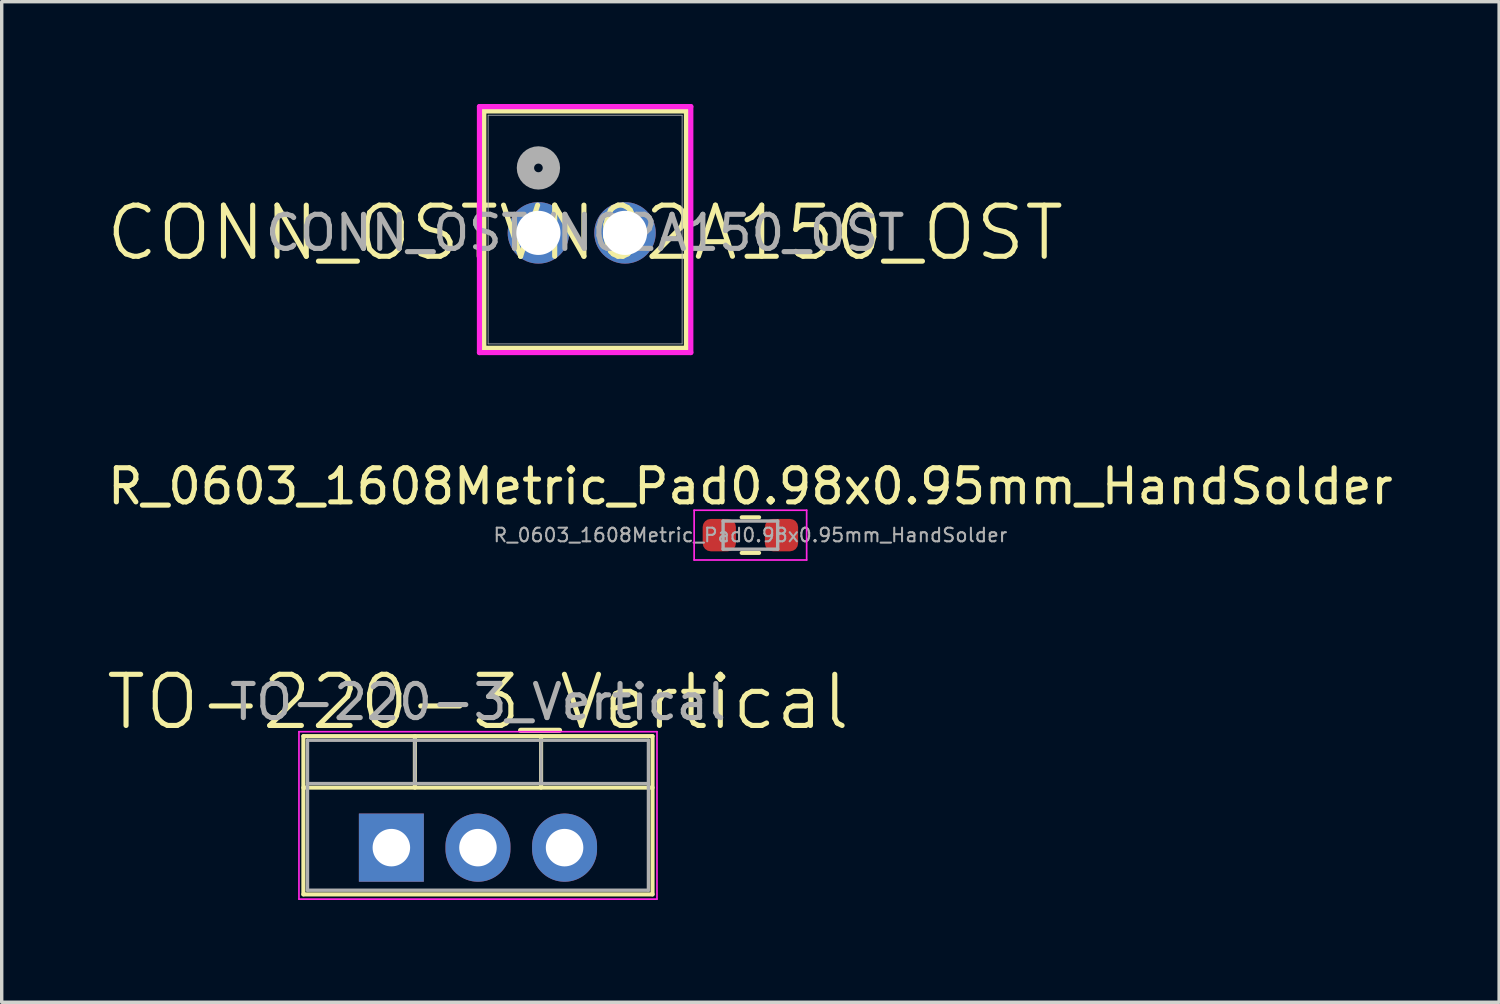
<source format=kicad_pcb>
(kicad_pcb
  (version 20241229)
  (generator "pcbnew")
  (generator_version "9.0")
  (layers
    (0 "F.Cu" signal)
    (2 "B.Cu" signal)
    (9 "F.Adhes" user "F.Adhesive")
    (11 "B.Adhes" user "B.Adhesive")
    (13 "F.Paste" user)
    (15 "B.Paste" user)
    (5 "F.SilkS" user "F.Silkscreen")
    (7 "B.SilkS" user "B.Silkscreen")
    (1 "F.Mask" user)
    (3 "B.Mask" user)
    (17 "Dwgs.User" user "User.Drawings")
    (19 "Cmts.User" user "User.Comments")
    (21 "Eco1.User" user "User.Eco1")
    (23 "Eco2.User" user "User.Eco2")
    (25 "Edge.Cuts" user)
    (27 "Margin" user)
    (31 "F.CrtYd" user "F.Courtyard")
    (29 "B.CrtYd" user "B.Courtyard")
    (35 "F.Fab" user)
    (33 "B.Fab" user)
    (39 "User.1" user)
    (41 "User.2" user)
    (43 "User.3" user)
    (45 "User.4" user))
  (footprint "TO-220-3_Vertical"
    (layer "F.Cu")
    (at 8.428 21.81)
    (property "Reference" "TO-220-3_Vertical" (at 2.54 -4.27 0) (layer "F.SilkS") (effects (font (size 1.5 1.5) (thickness 0.15))))
    (attr through_hole)
    (fp_line (start -2.58 -3.27) (end -2.58 1.371) (stroke (width 0.12) (type solid)) (layer "F.SilkS"))
    (fp_line (start -2.58 -3.27) (end 7.66 -3.27) (stroke (width 0.12) (type solid)) (layer "F.SilkS"))
    (fp_line (start -2.58 -1.76) (end 7.66 -1.76) (stroke (width 0.12) (type solid)) (layer "F.SilkS"))
    (fp_line (start -2.58 1.371) (end 7.66 1.371) (stroke (width 0.12) (type solid)) (layer "F.SilkS"))
    (fp_line (start 0.69 -3.27) (end 0.69 -1.76) (stroke (width 0.12) (type solid)) (layer "F.SilkS"))
    (fp_line (start 4.391 -3.27) (end 4.391 -1.76) (stroke (width 0.12) (type solid)) (layer "F.SilkS"))
    (fp_line (start 7.66 -3.27) (end 7.66 1.371) (stroke (width 0.12) (type solid)) (layer "F.SilkS"))
    (fp_line (start -2.71 -3.4) (end -2.71 1.51) (stroke (width 0.05) (type solid)) (layer "F.CrtYd"))
    (fp_line (start -2.71 1.51) (end 7.79 1.51) (stroke (width 0.05) (type solid)) (layer "F.CrtYd"))
    (fp_line (start 7.79 -3.4) (end -2.71 -3.4) (stroke (width 0.05) (type solid)) (layer "F.CrtYd"))
    (fp_line (start 7.79 1.51) (end 7.79 -3.4) (stroke (width 0.05) (type solid)) (layer "F.CrtYd"))
    (fp_line (start -2.46 -3.15) (end -2.46 1.25) (stroke (width 0.1) (type solid)) (layer "F.Fab"))
    (fp_line (start -2.46 -1.88) (end 7.54 -1.88) (stroke (width 0.1) (type solid)) (layer "F.Fab"))
    (fp_line (start -2.46 1.25) (end 7.54 1.25) (stroke (width 0.1) (type solid)) (layer "F.Fab"))
    (fp_line (start 0.69 -3.15) (end 0.69 -1.88) (stroke (width 0.1) (type solid)) (layer "F.Fab"))
    (fp_line (start 4.39 -3.15) (end 4.39 -1.88) (stroke (width 0.1) (type solid)) (layer "F.Fab"))
    (fp_line (start 7.54 -3.15) (end -2.46 -3.15) (stroke (width 0.1) (type solid)) (layer "F.Fab"))
    (fp_line (start 7.54 1.25) (end 7.54 -3.15) (stroke (width 0.1) (type solid)) (layer "F.Fab"))
    (fp_text user "${REFERENCE}" (at 2.54 -4.27 0) (layer "F.Fab") (effects (font (size 1 1) (thickness 0.15))))
    (pad "1" thru_hole rect (at 0 0) (size 1.905 2) (drill 1.1) (layers "*.Cu" "*.Mask"))
    (pad "2" thru_hole oval (at 2.54 0) (size 1.905 2) (drill 1.1) (layers "*.Cu" "*.Mask"))
    (pad "3" thru_hole oval (at 5.08 0) (size 1.905 2) (drill 1.1) (layers "*.Cu" "*.Mask")))
  (footprint "CONN_OSTVN02A150_OST"
    (layer "F.Cu")
    (at 12.741 3.78)
    (property "Reference" "CONN_OSTVN02A150_OST" (at 1.37 0 0) (unlocked yes) (layer "F.SilkS") (effects (font (size 1.5 1.5) (thickness 0.15))))
    (attr through_hole)
    (fp_line (start -1.602 -3.577) (end -1.602 3.383) (stroke (width 0.152) (type solid)) (layer "F.SilkS"))
    (fp_line (start -1.602 3.383) (end 4.342 3.383) (stroke (width 0.152) (type solid)) (layer "F.SilkS"))
    (fp_line (start 4.342 -3.577) (end -1.602 -3.577) (stroke (width 0.152) (type solid)) (layer "F.SilkS"))
    (fp_line (start 4.342 3.383) (end 4.342 -3.577) (stroke (width 0.152) (type solid)) (layer "F.SilkS"))
    (fp_line (start -1.729 -3.704) (end -1.729 3.51) (stroke (width 0.152) (type solid)) (layer "F.CrtYd"))
    (fp_line (start -1.729 3.51) (end 4.469 3.51) (stroke (width 0.152) (type solid)) (layer "F.CrtYd"))
    (fp_line (start 4.469 -3.704) (end -1.729 -3.704) (stroke (width 0.152) (type solid)) (layer "F.CrtYd"))
    (fp_line (start 4.469 3.51) (end 4.469 -3.704) (stroke (width 0.152) (type solid)) (layer "F.CrtYd"))
    (fp_line (start -1.475 -3.45) (end -1.475 3.256) (stroke (width 0.025) (type solid)) (layer "F.Fab"))
    (fp_line (start -1.475 3.256) (end 4.215 3.256) (stroke (width 0.025) (type solid)) (layer "F.Fab"))
    (fp_line (start 4.215 -3.45) (end -1.475 -3.45) (stroke (width 0.025) (type solid)) (layer "F.Fab"))
    (fp_line (start 4.215 3.256) (end 4.215 -3.45) (stroke (width 0.025) (type solid)) (layer "F.Fab"))
    (fp_circle (center 0 -1.905) (end 0.381 -1.905) (stroke (width 0.508) (type solid)) (fill no) (layer "F.Fab"))
    (fp_text user "${REFERENCE}" (at 1.37 0 0) (unlocked yes) (layer "F.Fab") (effects (font (size 1 1) (thickness 0.15))))
    (pad "1" thru_hole circle (at 0 0) (size 1.803 1.803) (drill 1.295) (layers "*.Cu" "*.Mask"))
    (pad "2" thru_hole circle (at 2.54 0) (size 1.803 1.803) (drill 1.295) (layers "*.Cu" "*.Mask")))
  (footprint "R_0603_1608Metric_Pad0.98x0.95mm_HandSolder"
    (layer "F.Cu")
    (at 18.958 12.644)
    (property "Reference" "R_0603_1608Metric_Pad0.98x0.95mm_HandSolder" (at 0 -1.43 0) (layer "F.SilkS") (effects (font (size 1 1) (thickness 0.15))))
    (attr smd)
    (fp_line (start -0.255 -0.522) (end 0.255 -0.522) (stroke (width 0.12) (type solid)) (layer "F.SilkS"))
    (fp_line (start -0.255 0.522) (end 0.255 0.522) (stroke (width 0.12) (type solid)) (layer "F.SilkS"))
    (fp_line (start -1.65 -0.73) (end 1.65 -0.73) (stroke (width 0.05) (type solid)) (layer "F.CrtYd"))
    (fp_line (start -1.65 0.73) (end -1.65 -0.73) (stroke (width 0.05) (type solid)) (layer "F.CrtYd"))
    (fp_line (start 1.65 -0.73) (end 1.65 0.73) (stroke (width 0.05) (type solid)) (layer "F.CrtYd"))
    (fp_line (start 1.65 0.73) (end -1.65 0.73) (stroke (width 0.05) (type solid)) (layer "F.CrtYd"))
    (fp_line (start -0.8 -0.412) (end 0.8 -0.412) (stroke (width 0.1) (type solid)) (layer "F.Fab"))
    (fp_line (start -0.8 0.412) (end -0.8 -0.412) (stroke (width 0.1) (type solid)) (layer "F.Fab"))
    (fp_line (start 0.8 -0.412) (end 0.8 0.412) (stroke (width 0.1) (type solid)) (layer "F.Fab"))
    (fp_line (start 0.8 0.412) (end -0.8 0.412) (stroke (width 0.1) (type solid)) (layer "F.Fab"))
    (fp_text user "${REFERENCE}" (at 0 0 0) (layer "F.Fab") (effects (font (size 0.4 0.4) (thickness 0.06))))
    (pad "1" smd roundrect (at -0.912 0) (size 0.975 0.95) (layers "F.Cu" "F.Mask" "F.Paste") (roundrect_rratio 0.25))
    (pad "2" smd roundrect (at 0.912 0) (size 0.975 0.95) (layers "F.Cu" "F.Mask" "F.Paste") (roundrect_rratio 0.25)))
  (gr_rect
    (start -3 -3)
    (end 40.917 26.345)
    (stroke (width 0.1) (type default))
    (fill no)
    (layer "Edge.Cuts")))
</source>
